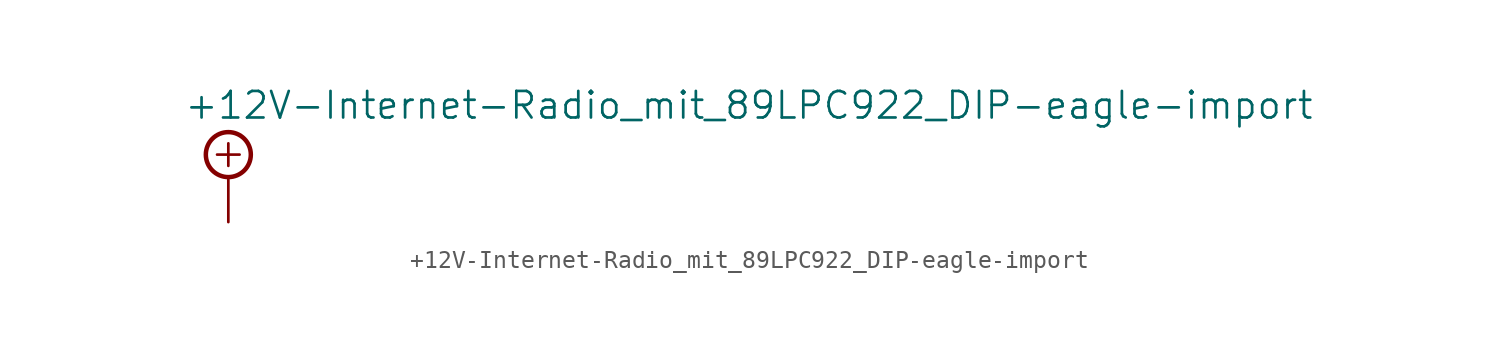
<source format=kicad_sym>
(kicad_symbol_lib
  (version 20220914)
  (generator kicad_symbol_editor)
  (symbol "+12V-Internet-Radio_mit_89LPC922_DIP-eagle-import"
    (power)
    (pin_names
      (offset 1.016))
    (property "Reference" "#SUPPLY"
      (at 0 0 0)
      (effects (font (size 1.27 1.27)) hide))
    (property "Value" "+12V-Internet-Radio_mit_89LPC922_DIP-eagle-import"
      (at -2.54 3.175 0)
      (effects (font (size 1.499 1.499)) (justify left bottom)))
    (property "ki_locked" ""
      (at 0 0 0)
      (effects (font (size 1.27 1.27))))
    (symbol "+12V-Internet-Radio_mit_89LPC922_DIP-eagle-import_1_0"
      (polyline (pts (xy -0.635 1.27) (xy 0.635 1.27)) (stroke (width 0) (type solid)) (fill (type none)))
      (polyline (pts (xy 0 1.905) (xy 0 0.635)) (stroke (width 0) (type solid)) (fill (type none)))
      (circle (center 0 1.27) (radius 1.27) (stroke (width 0.254) (type solid)) (fill (type none)))
      (pin power_in line (at 0 -2.54 90) (length 2.54) (name "+12V" (effects (font (size 0 0)))) (number "1" (effects (font (size 0 0))))))))
</source>
